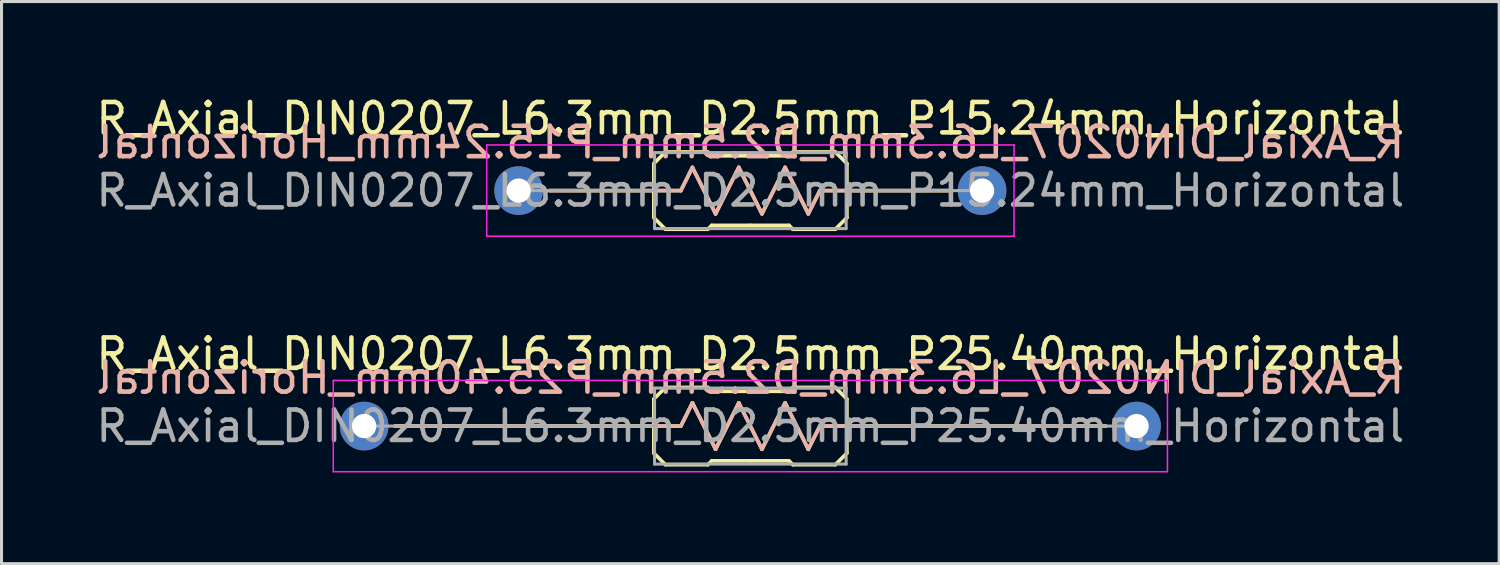
<source format=kicad_pcb>
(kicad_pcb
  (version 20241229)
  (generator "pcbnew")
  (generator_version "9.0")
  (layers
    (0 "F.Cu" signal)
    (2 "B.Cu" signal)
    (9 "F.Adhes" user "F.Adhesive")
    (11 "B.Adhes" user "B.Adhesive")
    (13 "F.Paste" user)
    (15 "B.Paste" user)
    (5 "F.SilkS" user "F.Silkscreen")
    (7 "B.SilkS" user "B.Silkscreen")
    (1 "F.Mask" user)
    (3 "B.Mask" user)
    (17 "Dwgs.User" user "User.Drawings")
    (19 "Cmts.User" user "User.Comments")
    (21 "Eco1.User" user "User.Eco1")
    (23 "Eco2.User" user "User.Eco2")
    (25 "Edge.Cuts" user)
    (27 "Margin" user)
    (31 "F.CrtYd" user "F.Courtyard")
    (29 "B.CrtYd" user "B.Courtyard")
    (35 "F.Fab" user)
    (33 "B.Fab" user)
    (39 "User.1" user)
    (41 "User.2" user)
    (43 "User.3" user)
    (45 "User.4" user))
  (footprint "R_Axial_DIN0207_L6.3mm_D2.5mm_P25.40mm_Horizontal"
    (layer "F.Cu")
    (at 11.465 10.961)
    (property "Reference" "R_Axial_DIN0207_L6.3mm_D2.5mm_P25.40mm_Horizontal" (at 10.16 -2.37 0) (layer "F.SilkS") (effects (font (size 1 1) (thickness 0.15))))
    (attr through_hole)
    (fp_line (start 6.985 -0.889) (end 6.985 0.889) (stroke (width 0.12) (type solid)) (layer "F.SilkS"))
    (fp_line (start 6.985 -0.889) (end 7.366 -1.27) (stroke (width 0.12) (type solid)) (layer "F.SilkS"))
    (fp_line (start 6.985 0) (end -1.524 0) (stroke (width 0.12) (type solid)) (layer "F.SilkS"))
    (fp_line (start 6.985 0.889) (end 7.366 1.27) (stroke (width 0.12) (type solid)) (layer "F.SilkS"))
    (fp_line (start 7.366 -1.27) (end 8.763 -1.27) (stroke (width 0.12) (type solid)) (layer "F.SilkS"))
    (fp_line (start 7.366 1.27) (end 8.763 1.27) (stroke (width 0.12) (type solid)) (layer "F.SilkS"))
    (fp_line (start 7.874 0) (end 6.985 0) (stroke (width 0.12) (type solid)) (layer "F.SilkS"))
    (fp_line (start 7.874 0) (end 8.255 -0.762) (stroke (width 0.12) (type solid)) (layer "F.SilkS"))
    (fp_line (start 8.255 -0.762) (end 9.017 0.762) (stroke (width 0.12) (type solid)) (layer "F.SilkS"))
    (fp_line (start 8.763 -1.27) (end 8.89 -1.143) (stroke (width 0.12) (type solid)) (layer "F.SilkS"))
    (fp_line (start 8.763 1.27) (end 8.89 1.143) (stroke (width 0.12) (type solid)) (layer "F.SilkS"))
    (fp_line (start 8.89 -1.143) (end 10.16 -1.143) (stroke (width 0.12) (type solid)) (layer "F.SilkS"))
    (fp_line (start 8.89 1.143) (end 10.16 1.143) (stroke (width 0.12) (type solid)) (layer "F.SilkS"))
    (fp_line (start 9.017 0.762) (end 9.779 -0.762) (stroke (width 0.12) (type solid)) (layer "F.SilkS"))
    (fp_line (start 9.779 -0.762) (end 10.541 0.762) (stroke (width 0.12) (type solid)) (layer "F.SilkS"))
    (fp_line (start 10.541 0.762) (end 11.303 -0.762) (stroke (width 0.12) (type solid)) (layer "F.SilkS"))
    (fp_line (start 11.303 -0.762) (end 12.065 0.762) (stroke (width 0.12) (type solid)) (layer "F.SilkS"))
    (fp_line (start 11.43 -1.143) (end 10.16 -1.143) (stroke (width 0.12) (type solid)) (layer "F.SilkS"))
    (fp_line (start 11.43 1.143) (end 10.16 1.143) (stroke (width 0.12) (type solid)) (layer "F.SilkS"))
    (fp_line (start 11.557 -1.27) (end 11.43 -1.143) (stroke (width 0.12) (type solid)) (layer "F.SilkS"))
    (fp_line (start 11.557 1.27) (end 11.43 1.143) (stroke (width 0.12) (type solid)) (layer "F.SilkS"))
    (fp_line (start 12.065 0.762) (end 12.446 0) (stroke (width 0.12) (type solid)) (layer "F.SilkS"))
    (fp_line (start 12.954 -1.27) (end 11.557 -1.27) (stroke (width 0.12) (type solid)) (layer "F.SilkS"))
    (fp_line (start 12.954 1.27) (end 11.557 1.27) (stroke (width 0.12) (type solid)) (layer "F.SilkS"))
    (fp_line (start 13.335 -0.889) (end 12.954 -1.27) (stroke (width 0.12) (type solid)) (layer "F.SilkS"))
    (fp_line (start 13.335 -0.889) (end 13.335 0.889) (stroke (width 0.12) (type solid)) (layer "F.SilkS"))
    (fp_line (start 13.335 0) (end 12.446 0) (stroke (width 0.12) (type solid)) (layer "F.SilkS"))
    (fp_line (start 13.335 0) (end 21.844 0) (stroke (width 0.12) (type solid)) (layer "F.SilkS"))
    (fp_line (start 13.335 0.889) (end 12.954 1.27) (stroke (width 0.12) (type solid)) (layer "F.SilkS"))
    (fp_line (start -1.524 0) (end 7.874 0) (stroke (width 0.12) (type solid)) (layer "B.SilkS"))
    (fp_line (start 7.874 0) (end 8.255 -0.762) (stroke (width 0.12) (type solid)) (layer "B.SilkS"))
    (fp_line (start 8.255 -0.762) (end 9.017 0.762) (stroke (width 0.12) (type solid)) (layer "B.SilkS"))
    (fp_line (start 9.017 0.762) (end 9.779 -0.762) (stroke (width 0.12) (type solid)) (layer "B.SilkS"))
    (fp_line (start 9.779 -0.762) (end 10.541 0.762) (stroke (width 0.12) (type solid)) (layer "B.SilkS"))
    (fp_line (start 10.541 0.762) (end 11.303 -0.762) (stroke (width 0.12) (type solid)) (layer "B.SilkS"))
    (fp_line (start 11.303 -0.762) (end 12.065 0.762) (stroke (width 0.12) (type solid)) (layer "B.SilkS"))
    (fp_line (start 12.065 0.762) (end 12.446 0) (stroke (width 0.12) (type solid)) (layer "B.SilkS"))
    (fp_line (start 12.446 0) (end 21.844 0) (stroke (width 0.12) (type solid)) (layer "B.SilkS"))
    (fp_line (start -3.556 -1.5) (end -3.556 1.5) (stroke (width 0.05) (type solid)) (layer "F.CrtYd"))
    (fp_line (start -3.556 1.5) (end 23.876 1.5) (stroke (width 0.05) (type solid)) (layer "F.CrtYd"))
    (fp_line (start 23.876 -1.5) (end -3.556 -1.5) (stroke (width 0.05) (type solid)) (layer "F.CrtYd"))
    (fp_line (start 23.876 1.5) (end 23.876 -1.5) (stroke (width 0.05) (type solid)) (layer "F.CrtYd"))
    (fp_line (start -2.54 0) (end 7.01 0) (stroke (width 0.1) (type solid)) (layer "F.Fab"))
    (fp_line (start 7.01 -1.25) (end 7.01 1.25) (stroke (width 0.1) (type solid)) (layer "F.Fab"))
    (fp_line (start 7.01 1.25) (end 13.31 1.25) (stroke (width 0.1) (type solid)) (layer "F.Fab"))
    (fp_line (start 13.31 -1.25) (end 7.01 -1.25) (stroke (width 0.1) (type solid)) (layer "F.Fab"))
    (fp_line (start 13.31 1.25) (end 13.31 -1.25) (stroke (width 0.1) (type solid)) (layer "F.Fab"))
    (fp_line (start 22.86 0) (end 13.31 0) (stroke (width 0.1) (type solid)) (layer "F.Fab"))
    (fp_text user "${REFERENCE}" (at 10.16 -1.587 0) (unlocked yes) (layer "B.SilkS") (effects (font (size 1 1) (thickness 0.15)) (justify mirror)))
    (fp_text user "${REFERENCE}" (at 10.16 0 0) (layer "F.Fab") (effects (font (size 1 1) (thickness 0.15))))
    (pad "1" thru_hole circle (at -2.54 0) (size 1.6 1.6) (drill 0.8) (layers "*.Cu" "*.Mask"))
    (pad "2" thru_hole oval (at 22.86 0) (size 1.6 1.6) (drill 0.8) (layers "*.Cu" "*.Mask")))
  (footprint "R_Axial_DIN0207_L6.3mm_D2.5mm_P15.24mm_Horizontal"
    (layer "F.Cu")
    (at 14.005 3.218)
    (property "Reference" "R_Axial_DIN0207_L6.3mm_D2.5mm_P15.24mm_Horizontal" (at 7.62 -2.37 0) (layer "F.SilkS") (effects (font (size 1 1) (thickness 0.15))))
    (attr through_hole)
    (fp_line (start 4.445 -0.889) (end 4.445 0.889) (stroke (width 0.12) (type solid)) (layer "F.SilkS"))
    (fp_line (start 4.445 -0.889) (end 4.826 -1.27) (stroke (width 0.12) (type solid)) (layer "F.SilkS"))
    (fp_line (start 4.445 0) (end 1.016 0) (stroke (width 0.12) (type solid)) (layer "F.SilkS"))
    (fp_line (start 4.445 0.889) (end 4.826 1.27) (stroke (width 0.12) (type solid)) (layer "F.SilkS"))
    (fp_line (start 4.826 -1.27) (end 6.223 -1.27) (stroke (width 0.12) (type solid)) (layer "F.SilkS"))
    (fp_line (start 4.826 1.27) (end 6.223 1.27) (stroke (width 0.12) (type solid)) (layer "F.SilkS"))
    (fp_line (start 5.334 0) (end 4.445 0) (stroke (width 0.12) (type solid)) (layer "F.SilkS"))
    (fp_line (start 5.334 0) (end 5.715 -0.762) (stroke (width 0.12) (type solid)) (layer "F.SilkS"))
    (fp_line (start 5.715 -0.762) (end 6.477 0.762) (stroke (width 0.12) (type solid)) (layer "F.SilkS"))
    (fp_line (start 6.223 -1.27) (end 6.35 -1.143) (stroke (width 0.12) (type solid)) (layer "F.SilkS"))
    (fp_line (start 6.223 1.27) (end 6.35 1.143) (stroke (width 0.12) (type solid)) (layer "F.SilkS"))
    (fp_line (start 6.35 -1.143) (end 7.62 -1.143) (stroke (width 0.12) (type solid)) (layer "F.SilkS"))
    (fp_line (start 6.35 1.143) (end 7.62 1.143) (stroke (width 0.12) (type solid)) (layer "F.SilkS"))
    (fp_line (start 6.477 0.762) (end 7.239 -0.762) (stroke (width 0.12) (type solid)) (layer "F.SilkS"))
    (fp_line (start 7.239 -0.762) (end 8.001 0.762) (stroke (width 0.12) (type solid)) (layer "F.SilkS"))
    (fp_line (start 8.001 0.762) (end 8.763 -0.762) (stroke (width 0.12) (type solid)) (layer "F.SilkS"))
    (fp_line (start 8.763 -0.762) (end 9.525 0.762) (stroke (width 0.12) (type solid)) (layer "F.SilkS"))
    (fp_line (start 8.89 -1.143) (end 7.62 -1.143) (stroke (width 0.12) (type solid)) (layer "F.SilkS"))
    (fp_line (start 8.89 1.143) (end 7.62 1.143) (stroke (width 0.12) (type solid)) (layer "F.SilkS"))
    (fp_line (start 9.017 -1.27) (end 8.89 -1.143) (stroke (width 0.12) (type solid)) (layer "F.SilkS"))
    (fp_line (start 9.017 1.27) (end 8.89 1.143) (stroke (width 0.12) (type solid)) (layer "F.SilkS"))
    (fp_line (start 9.525 0.762) (end 9.906 0) (stroke (width 0.12) (type solid)) (layer "F.SilkS"))
    (fp_line (start 10.414 -1.27) (end 9.017 -1.27) (stroke (width 0.12) (type solid)) (layer "F.SilkS"))
    (fp_line (start 10.414 1.27) (end 9.017 1.27) (stroke (width 0.12) (type solid)) (layer "F.SilkS"))
    (fp_line (start 10.795 -0.889) (end 10.414 -1.27) (stroke (width 0.12) (type solid)) (layer "F.SilkS"))
    (fp_line (start 10.795 -0.889) (end 10.795 0.889) (stroke (width 0.12) (type solid)) (layer "F.SilkS"))
    (fp_line (start 10.795 0) (end 9.906 0) (stroke (width 0.12) (type solid)) (layer "F.SilkS"))
    (fp_line (start 10.795 0) (end 14.224 0) (stroke (width 0.12) (type solid)) (layer "F.SilkS"))
    (fp_line (start 10.795 0.889) (end 10.414 1.27) (stroke (width 0.12) (type solid)) (layer "F.SilkS"))
    (fp_line (start 1.016 0) (end 5.334 0) (stroke (width 0.12) (type solid)) (layer "B.SilkS"))
    (fp_line (start 5.334 0) (end 5.715 -0.762) (stroke (width 0.12) (type solid)) (layer "B.SilkS"))
    (fp_line (start 5.715 -0.762) (end 6.477 0.762) (stroke (width 0.12) (type solid)) (layer "B.SilkS"))
    (fp_line (start 6.477 0.762) (end 7.239 -0.762) (stroke (width 0.12) (type solid)) (layer "B.SilkS"))
    (fp_line (start 7.239 -0.762) (end 8.001 0.762) (stroke (width 0.12) (type solid)) (layer "B.SilkS"))
    (fp_line (start 8.001 0.762) (end 8.763 -0.762) (stroke (width 0.12) (type solid)) (layer "B.SilkS"))
    (fp_line (start 8.763 -0.762) (end 9.525 0.762) (stroke (width 0.12) (type solid)) (layer "B.SilkS"))
    (fp_line (start 9.525 0.762) (end 9.906 0) (stroke (width 0.12) (type solid)) (layer "B.SilkS"))
    (fp_line (start 9.906 0) (end 14.224 0) (stroke (width 0.12) (type solid)) (layer "B.SilkS"))
    (fp_line (start -1.05 -1.5) (end -1.05 1.5) (stroke (width 0.05) (type solid)) (layer "F.CrtYd"))
    (fp_line (start -1.05 1.5) (end 16.29 1.5) (stroke (width 0.05) (type solid)) (layer "F.CrtYd"))
    (fp_line (start 16.29 -1.5) (end -1.05 -1.5) (stroke (width 0.05) (type solid)) (layer "F.CrtYd"))
    (fp_line (start 16.29 1.5) (end 16.29 -1.5) (stroke (width 0.05) (type solid)) (layer "F.CrtYd"))
    (fp_line (start 0 0) (end 4.47 0) (stroke (width 0.1) (type solid)) (layer "F.Fab"))
    (fp_line (start 4.47 -1.25) (end 4.47 1.25) (stroke (width 0.1) (type solid)) (layer "F.Fab"))
    (fp_line (start 4.47 1.25) (end 10.77 1.25) (stroke (width 0.1) (type solid)) (layer "F.Fab"))
    (fp_line (start 10.77 -1.25) (end 4.47 -1.25) (stroke (width 0.1) (type solid)) (layer "F.Fab"))
    (fp_line (start 10.77 1.25) (end 10.77 -1.25) (stroke (width 0.1) (type solid)) (layer "F.Fab"))
    (fp_line (start 15.24 0) (end 10.77 0) (stroke (width 0.1) (type solid)) (layer "F.Fab"))
    (fp_text user "${REFERENCE}" (at 7.62 -1.587 0) (unlocked yes) (layer "B.SilkS") (effects (font (size 1 1) (thickness 0.15)) (justify mirror)))
    (fp_text user "${REFERENCE}" (at 7.62 0 0) (layer "F.Fab") (effects (font (size 1 1) (thickness 0.15))))
    (pad "1" thru_hole circle (at 0 0) (size 1.6 1.6) (drill 0.8) (layers "*.Cu" "*.Mask"))
    (pad "2" thru_hole oval (at 15.24 0) (size 1.6 1.6) (drill 0.8) (layers "*.Cu" "*.Mask")))
  (gr_rect
    (start -3 -3)
    (end 46.25 15.486)
    (stroke (width 0.1) (type default))
    (fill no)
    (layer "Edge.Cuts")))
</source>
